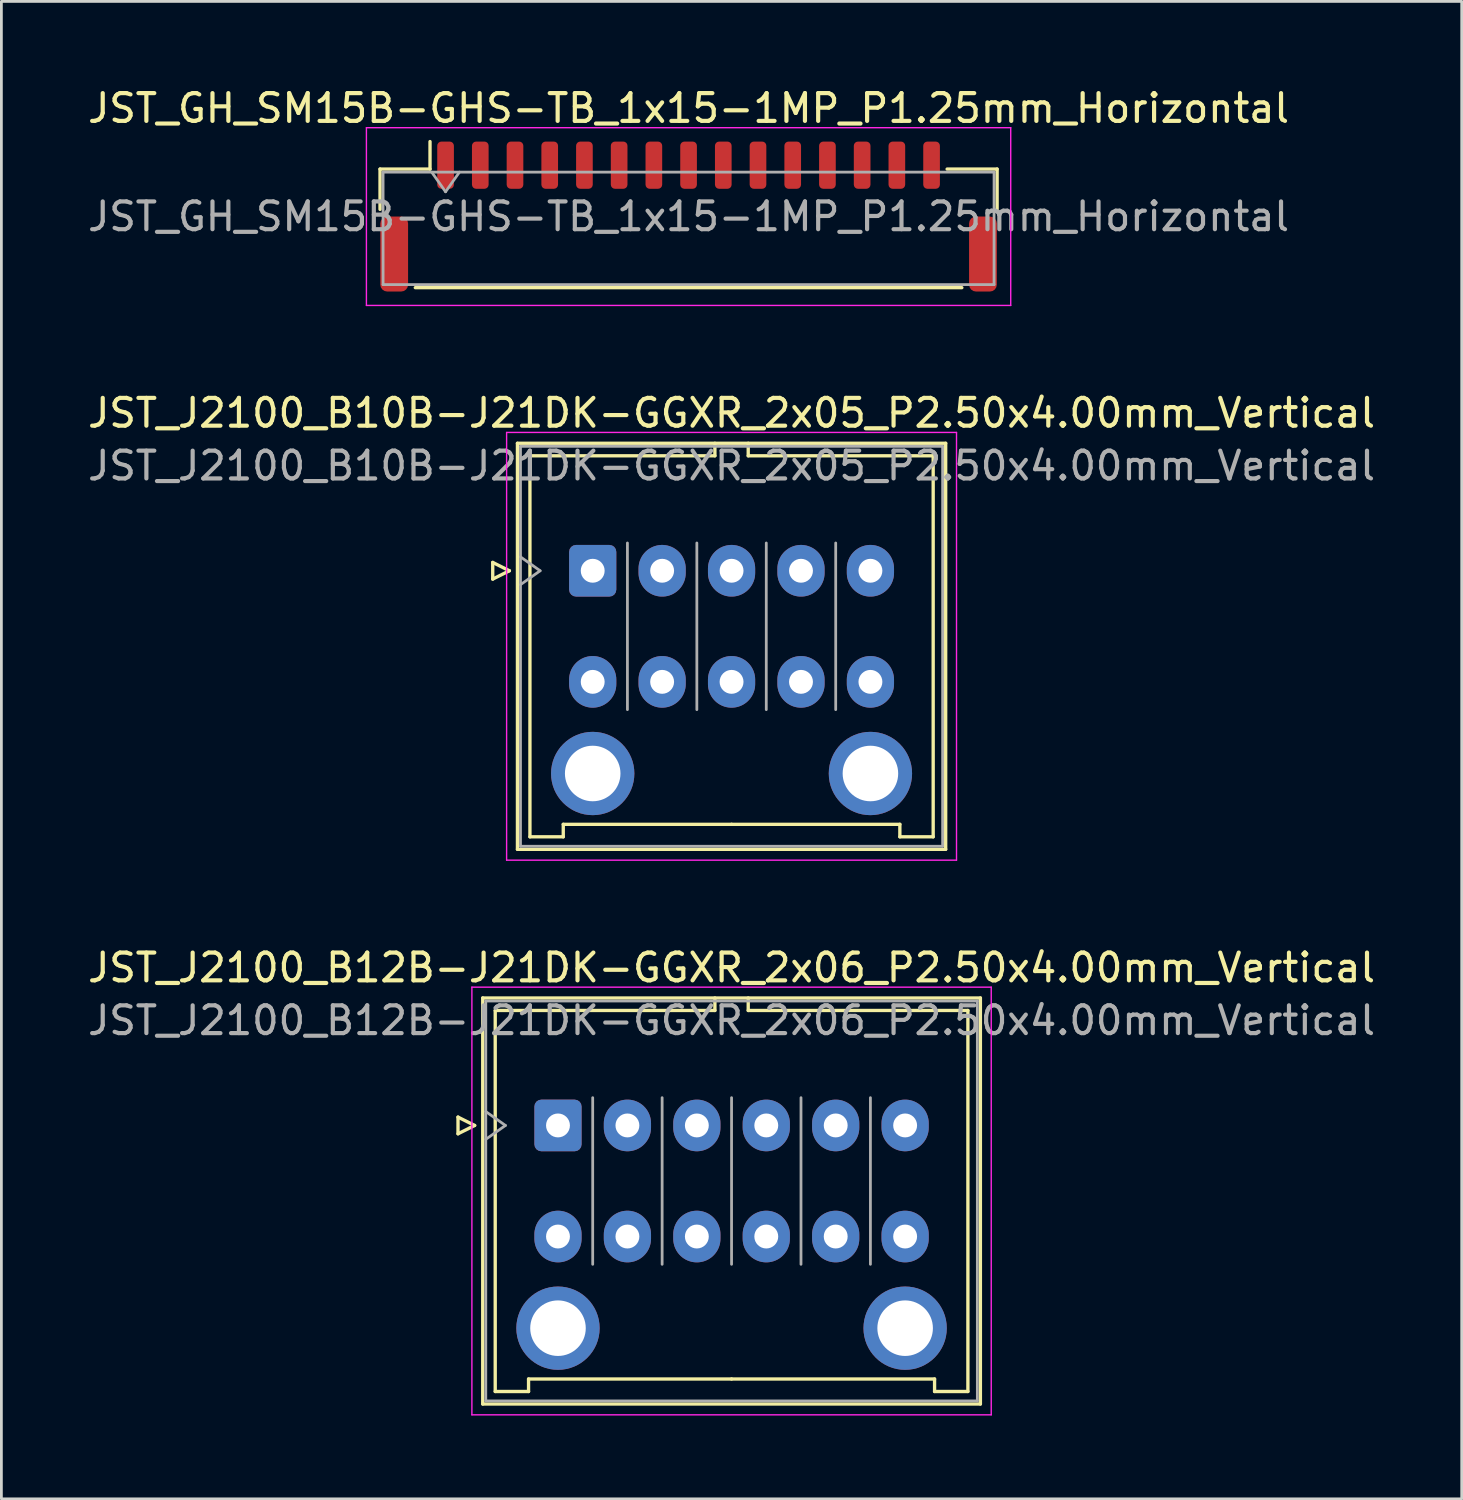
<source format=kicad_pcb>
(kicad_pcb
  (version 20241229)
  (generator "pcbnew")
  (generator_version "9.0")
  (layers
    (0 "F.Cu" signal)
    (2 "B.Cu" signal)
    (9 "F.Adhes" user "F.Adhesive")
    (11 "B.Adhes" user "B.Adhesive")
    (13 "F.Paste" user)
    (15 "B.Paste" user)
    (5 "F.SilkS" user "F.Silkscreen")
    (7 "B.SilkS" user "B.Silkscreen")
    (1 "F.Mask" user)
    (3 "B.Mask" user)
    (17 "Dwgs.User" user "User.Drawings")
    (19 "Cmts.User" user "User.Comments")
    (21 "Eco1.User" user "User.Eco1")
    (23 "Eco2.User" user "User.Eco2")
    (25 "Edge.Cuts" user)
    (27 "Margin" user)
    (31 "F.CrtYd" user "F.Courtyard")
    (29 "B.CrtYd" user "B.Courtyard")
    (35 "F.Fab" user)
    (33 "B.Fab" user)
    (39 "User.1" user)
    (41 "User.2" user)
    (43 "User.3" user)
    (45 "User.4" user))
  (footprint "JST_J2100_B10B-J21DK-GGXR_2x05_P2.50x4.00mm_Vertical"
    (layer "F.Cu")
    (at 18.292 17.502)
    (property "Reference" "JST_J2100_B10B-J21DK-GGXR_2x05_P2.50x4.00mm_Vertical" (at 5 -5.68 0) (layer "F.SilkS") (effects (font (size 1 1) (thickness 0.15))))
    (attr through_hole)
    (fp_line (start -3.6 -0.3) (end -3 0) (stroke (width 0.12) (type solid)) (layer "F.SilkS"))
    (fp_line (start -3.6 0.3) (end -3.6 -0.3) (stroke (width 0.12) (type solid)) (layer "F.SilkS"))
    (fp_line (start -3 0) (end -3.6 0.3) (stroke (width 0.12) (type solid)) (layer "F.SilkS"))
    (fp_line (start -2.71 -4.59) (end -2.71 10.03) (stroke (width 0.12) (type solid)) (layer "F.SilkS"))
    (fp_line (start -2.71 10.03) (end 12.71 10.03) (stroke (width 0.12) (type solid)) (layer "F.SilkS"))
    (fp_line (start -2.26 -4.14) (end -2.26 9.58) (stroke (width 0.12) (type solid)) (layer "F.SilkS"))
    (fp_line (start -2.26 9.58) (end -1.06 9.58) (stroke (width 0.12) (type solid)) (layer "F.SilkS"))
    (fp_line (start -1.06 9.13) (end 5 9.13) (stroke (width 0.12) (type solid)) (layer "F.SilkS"))
    (fp_line (start -1.06 9.58) (end -1.06 9.13) (stroke (width 0.12) (type solid)) (layer "F.SilkS"))
    (fp_line (start 4.4 -4.59) (end 4.4 -4.14) (stroke (width 0.12) (type solid)) (layer "F.SilkS"))
    (fp_line (start 4.4 -4.14) (end -2.26 -4.14) (stroke (width 0.12) (type solid)) (layer "F.SilkS"))
    (fp_line (start 5.6 -4.59) (end 5.6 -4.14) (stroke (width 0.12) (type solid)) (layer "F.SilkS"))
    (fp_line (start 5.6 -4.14) (end 12.26 -4.14) (stroke (width 0.12) (type solid)) (layer "F.SilkS"))
    (fp_line (start 11.06 9.13) (end 5 9.13) (stroke (width 0.12) (type solid)) (layer "F.SilkS"))
    (fp_line (start 11.06 9.58) (end 11.06 9.13) (stroke (width 0.12) (type solid)) (layer "F.SilkS"))
    (fp_line (start 12.26 -4.14) (end 12.26 9.58) (stroke (width 0.12) (type solid)) (layer "F.SilkS"))
    (fp_line (start 12.26 9.58) (end 11.06 9.58) (stroke (width 0.12) (type solid)) (layer "F.SilkS"))
    (fp_line (start 12.71 -4.59) (end -2.71 -4.59) (stroke (width 0.12) (type solid)) (layer "F.SilkS"))
    (fp_line (start 12.71 10.03) (end 12.71 -4.59) (stroke (width 0.12) (type solid)) (layer "F.SilkS"))
    (fp_line (start -3.1 -4.98) (end -3.1 10.42) (stroke (width 0.05) (type solid)) (layer "F.CrtYd"))
    (fp_line (start -3.1 10.42) (end 13.1 10.42) (stroke (width 0.05) (type solid)) (layer "F.CrtYd"))
    (fp_line (start 13.1 -4.98) (end -3.1 -4.98) (stroke (width 0.05) (type solid)) (layer "F.CrtYd"))
    (fp_line (start 13.1 10.42) (end 13.1 -4.98) (stroke (width 0.05) (type solid)) (layer "F.CrtYd"))
    (fp_line (start -2.6 -4.48) (end -2.6 9.92) (stroke (width 0.1) (type solid)) (layer "F.Fab"))
    (fp_line (start -2.6 0.5) (end -1.893 0) (stroke (width 0.1) (type solid)) (layer "F.Fab"))
    (fp_line (start -2.6 9.92) (end 12.6 9.92) (stroke (width 0.1) (type solid)) (layer "F.Fab"))
    (fp_line (start -1.893 0) (end -2.6 -0.5) (stroke (width 0.1) (type solid)) (layer "F.Fab"))
    (fp_line (start 1.25 5) (end 1.25 -1) (stroke (width 0.1) (type solid)) (layer "F.Fab"))
    (fp_line (start 3.75 5) (end 3.75 -1) (stroke (width 0.1) (type solid)) (layer "F.Fab"))
    (fp_line (start 6.25 5) (end 6.25 -1) (stroke (width 0.1) (type solid)) (layer "F.Fab"))
    (fp_line (start 8.75 5) (end 8.75 -1) (stroke (width 0.1) (type solid)) (layer "F.Fab"))
    (fp_line (start 12.6 -4.48) (end -2.6 -4.48) (stroke (width 0.1) (type solid)) (layer "F.Fab"))
    (fp_line (start 12.6 9.92) (end 12.6 -4.48) (stroke (width 0.1) (type solid)) (layer "F.Fab"))
    (fp_text user "${REFERENCE}" (at 5 -3.78 0) (layer "F.Fab") (effects (font (size 1 1) (thickness 0.15))))
    (pad "" thru_hole circle (at 0 7.3) (size 3 3) (drill 2) (layers "*.Cu" "*.Mask"))
    (pad "" thru_hole circle (at 10 7.3) (size 3 3) (drill 2) (layers "*.Cu" "*.Mask"))
    (pad "1" thru_hole roundrect (at 0 0) (size 1.7 1.86) (drill 0.86) (layers "*.Cu" "*.Mask") (roundrect_rratio 0.147))
    (pad "2" thru_hole oval (at 2.5 0) (size 1.7 1.86) (drill 0.86) (layers "*.Cu" "*.Mask"))
    (pad "3" thru_hole oval (at 5 0) (size 1.7 1.86) (drill 0.86) (layers "*.Cu" "*.Mask"))
    (pad "4" thru_hole oval (at 7.5 0) (size 1.7 1.86) (drill 0.86) (layers "*.Cu" "*.Mask"))
    (pad "5" thru_hole oval (at 10 0) (size 1.7 1.86) (drill 0.86) (layers "*.Cu" "*.Mask"))
    (pad "6" thru_hole oval (at 0 4) (size 1.7 1.86) (drill 0.86) (layers "*.Cu" "*.Mask"))
    (pad "7" thru_hole oval (at 2.5 4) (size 1.7 1.86) (drill 0.86) (layers "*.Cu" "*.Mask"))
    (pad "8" thru_hole oval (at 5 4) (size 1.7 1.86) (drill 0.86) (layers "*.Cu" "*.Mask"))
    (pad "9" thru_hole oval (at 7.5 4) (size 1.7 1.86) (drill 0.86) (layers "*.Cu" "*.Mask"))
    (pad "10" thru_hole oval (at 10 4) (size 1.7 1.86) (drill 0.86) (layers "*.Cu" "*.Mask")))
  (footprint "JST_GH_SM15B-GHS-TB_1x15-1MP_P1.25mm_Horizontal"
    (layer "F.Cu")
    (at 21.744 4.748)
    (property "Reference" "JST_GH_SM15B-GHS-TB_1x15-1MP_P1.25mm_Horizontal" (at 0 -3.9 0) (layer "F.SilkS") (effects (font (size 1 1) (thickness 0.15))))
    (attr smd)
    (fp_line (start -11.11 -1.71) (end -9.31 -1.71) (stroke (width 0.12) (type solid)) (layer "F.SilkS"))
    (fp_line (start -11.11 -0.26) (end -11.11 -1.71) (stroke (width 0.12) (type solid)) (layer "F.SilkS"))
    (fp_line (start -9.84 2.56) (end 9.84 2.56) (stroke (width 0.12) (type solid)) (layer "F.SilkS"))
    (fp_line (start -9.31 -1.71) (end -9.31 -2.7) (stroke (width 0.12) (type solid)) (layer "F.SilkS"))
    (fp_line (start 11.11 -1.71) (end 9.31 -1.71) (stroke (width 0.12) (type solid)) (layer "F.SilkS"))
    (fp_line (start 11.11 -0.26) (end 11.11 -1.71) (stroke (width 0.12) (type solid)) (layer "F.SilkS"))
    (fp_line (start -11.6 -3.2) (end -11.6 3.2) (stroke (width 0.05) (type solid)) (layer "F.CrtYd"))
    (fp_line (start -11.6 3.2) (end 11.6 3.2) (stroke (width 0.05) (type solid)) (layer "F.CrtYd"))
    (fp_line (start 11.6 -3.2) (end -11.6 -3.2) (stroke (width 0.05) (type solid)) (layer "F.CrtYd"))
    (fp_line (start 11.6 3.2) (end 11.6 -3.2) (stroke (width 0.05) (type solid)) (layer "F.CrtYd"))
    (fp_line (start -11 -1.6) (end -11 2.45) (stroke (width 0.1) (type solid)) (layer "F.Fab"))
    (fp_line (start -11 -1.6) (end 11 -1.6) (stroke (width 0.1) (type solid)) (layer "F.Fab"))
    (fp_line (start -11 2.45) (end 11 2.45) (stroke (width 0.1) (type solid)) (layer "F.Fab"))
    (fp_line (start -9.25 -1.6) (end -8.75 -0.893) (stroke (width 0.1) (type solid)) (layer "F.Fab"))
    (fp_line (start -8.75 -0.893) (end -8.25 -1.6) (stroke (width 0.1) (type solid)) (layer "F.Fab"))
    (fp_line (start 11 -1.6) (end 11 2.45) (stroke (width 0.1) (type solid)) (layer "F.Fab"))
    (fp_text user "${REFERENCE}" (at 0 0 0) (layer "F.Fab") (effects (font (size 1 1) (thickness 0.15))))
    (pad "1" smd roundrect (at -8.75 -1.85) (size 0.6 1.7) (layers "F.Cu" "F.Mask" "F.Paste") (roundrect_rratio 0.25))
    (pad "2" smd roundrect (at -7.5 -1.85) (size 0.6 1.7) (layers "F.Cu" "F.Mask" "F.Paste") (roundrect_rratio 0.25))
    (pad "3" smd roundrect (at -6.25 -1.85) (size 0.6 1.7) (layers "F.Cu" "F.Mask" "F.Paste") (roundrect_rratio 0.25))
    (pad "4" smd roundrect (at -5 -1.85) (size 0.6 1.7) (layers "F.Cu" "F.Mask" "F.Paste") (roundrect_rratio 0.25))
    (pad "5" smd roundrect (at -3.75 -1.85) (size 0.6 1.7) (layers "F.Cu" "F.Mask" "F.Paste") (roundrect_rratio 0.25))
    (pad "6" smd roundrect (at -2.5 -1.85) (size 0.6 1.7) (layers "F.Cu" "F.Mask" "F.Paste") (roundrect_rratio 0.25))
    (pad "7" smd roundrect (at -1.25 -1.85) (size 0.6 1.7) (layers "F.Cu" "F.Mask" "F.Paste") (roundrect_rratio 0.25))
    (pad "8" smd roundrect (at 0 -1.85) (size 0.6 1.7) (layers "F.Cu" "F.Mask" "F.Paste") (roundrect_rratio 0.25))
    (pad "9" smd roundrect (at 1.25 -1.85) (size 0.6 1.7) (layers "F.Cu" "F.Mask" "F.Paste") (roundrect_rratio 0.25))
    (pad "10" smd roundrect (at 2.5 -1.85) (size 0.6 1.7) (layers "F.Cu" "F.Mask" "F.Paste") (roundrect_rratio 0.25))
    (pad "11" smd roundrect (at 3.75 -1.85) (size 0.6 1.7) (layers "F.Cu" "F.Mask" "F.Paste") (roundrect_rratio 0.25))
    (pad "12" smd roundrect (at 5 -1.85) (size 0.6 1.7) (layers "F.Cu" "F.Mask" "F.Paste") (roundrect_rratio 0.25))
    (pad "13" smd roundrect (at 6.25 -1.85) (size 0.6 1.7) (layers "F.Cu" "F.Mask" "F.Paste") (roundrect_rratio 0.25))
    (pad "14" smd roundrect (at 7.5 -1.85) (size 0.6 1.7) (layers "F.Cu" "F.Mask" "F.Paste") (roundrect_rratio 0.25))
    (pad "15" smd roundrect (at 8.75 -1.85) (size 0.6 1.7) (layers "F.Cu" "F.Mask" "F.Paste") (roundrect_rratio 0.25))
    (pad "MP" smd roundrect (at -10.6 1.35) (size 1 2.7) (layers "F.Cu" "F.Mask" "F.Paste") (roundrect_rratio 0.25))
    (pad "MP" smd roundrect (at 10.6 1.35) (size 1 2.7) (layers "F.Cu" "F.Mask" "F.Paste") (roundrect_rratio 0.25)))
  (footprint "JST_J2100_B12B-J21DK-GGXR_2x06_P2.50x4.00mm_Vertical"
    (layer "F.Cu")
    (at 17.042 37.475)
    (property "Reference" "JST_J2100_B12B-J21DK-GGXR_2x06_P2.50x4.00mm_Vertical" (at 6.25 -5.68 0) (layer "F.SilkS") (effects (font (size 1 1) (thickness 0.15))))
    (attr through_hole)
    (fp_line (start -3.6 -0.3) (end -3 0) (stroke (width 0.12) (type solid)) (layer "F.SilkS"))
    (fp_line (start -3.6 0.3) (end -3.6 -0.3) (stroke (width 0.12) (type solid)) (layer "F.SilkS"))
    (fp_line (start -3 0) (end -3.6 0.3) (stroke (width 0.12) (type solid)) (layer "F.SilkS"))
    (fp_line (start -2.71 -4.59) (end -2.71 10.03) (stroke (width 0.12) (type solid)) (layer "F.SilkS"))
    (fp_line (start -2.71 10.03) (end 15.21 10.03) (stroke (width 0.12) (type solid)) (layer "F.SilkS"))
    (fp_line (start -2.26 -4.14) (end -2.26 9.58) (stroke (width 0.12) (type solid)) (layer "F.SilkS"))
    (fp_line (start -2.26 9.58) (end -1.06 9.58) (stroke (width 0.12) (type solid)) (layer "F.SilkS"))
    (fp_line (start -1.06 9.13) (end 6.25 9.13) (stroke (width 0.12) (type solid)) (layer "F.SilkS"))
    (fp_line (start -1.06 9.58) (end -1.06 9.13) (stroke (width 0.12) (type solid)) (layer "F.SilkS"))
    (fp_line (start 5.65 -4.59) (end 5.65 -4.14) (stroke (width 0.12) (type solid)) (layer "F.SilkS"))
    (fp_line (start 5.65 -4.14) (end -2.26 -4.14) (stroke (width 0.12) (type solid)) (layer "F.SilkS"))
    (fp_line (start 6.85 -4.59) (end 6.85 -4.14) (stroke (width 0.12) (type solid)) (layer "F.SilkS"))
    (fp_line (start 6.85 -4.14) (end 14.76 -4.14) (stroke (width 0.12) (type solid)) (layer "F.SilkS"))
    (fp_line (start 13.56 9.13) (end 6.25 9.13) (stroke (width 0.12) (type solid)) (layer "F.SilkS"))
    (fp_line (start 13.56 9.58) (end 13.56 9.13) (stroke (width 0.12) (type solid)) (layer "F.SilkS"))
    (fp_line (start 14.76 -4.14) (end 14.76 9.58) (stroke (width 0.12) (type solid)) (layer "F.SilkS"))
    (fp_line (start 14.76 9.58) (end 13.56 9.58) (stroke (width 0.12) (type solid)) (layer "F.SilkS"))
    (fp_line (start 15.21 -4.59) (end -2.71 -4.59) (stroke (width 0.12) (type solid)) (layer "F.SilkS"))
    (fp_line (start 15.21 10.03) (end 15.21 -4.59) (stroke (width 0.12) (type solid)) (layer "F.SilkS"))
    (fp_line (start -3.1 -4.98) (end -3.1 10.42) (stroke (width 0.05) (type solid)) (layer "F.CrtYd"))
    (fp_line (start -3.1 10.42) (end 15.6 10.42) (stroke (width 0.05) (type solid)) (layer "F.CrtYd"))
    (fp_line (start 15.6 -4.98) (end -3.1 -4.98) (stroke (width 0.05) (type solid)) (layer "F.CrtYd"))
    (fp_line (start 15.6 10.42) (end 15.6 -4.98) (stroke (width 0.05) (type solid)) (layer "F.CrtYd"))
    (fp_line (start -2.6 -4.48) (end -2.6 9.92) (stroke (width 0.1) (type solid)) (layer "F.Fab"))
    (fp_line (start -2.6 0.5) (end -1.893 0) (stroke (width 0.1) (type solid)) (layer "F.Fab"))
    (fp_line (start -2.6 9.92) (end 15.1 9.92) (stroke (width 0.1) (type solid)) (layer "F.Fab"))
    (fp_line (start -1.893 0) (end -2.6 -0.5) (stroke (width 0.1) (type solid)) (layer "F.Fab"))
    (fp_line (start 1.25 5) (end 1.25 -1) (stroke (width 0.1) (type solid)) (layer "F.Fab"))
    (fp_line (start 3.75 5) (end 3.75 -1) (stroke (width 0.1) (type solid)) (layer "F.Fab"))
    (fp_line (start 6.25 5) (end 6.25 -1) (stroke (width 0.1) (type solid)) (layer "F.Fab"))
    (fp_line (start 8.75 5) (end 8.75 -1) (stroke (width 0.1) (type solid)) (layer "F.Fab"))
    (fp_line (start 11.25 5) (end 11.25 -1) (stroke (width 0.1) (type solid)) (layer "F.Fab"))
    (fp_line (start 15.1 -4.48) (end -2.6 -4.48) (stroke (width 0.1) (type solid)) (layer "F.Fab"))
    (fp_line (start 15.1 9.92) (end 15.1 -4.48) (stroke (width 0.1) (type solid)) (layer "F.Fab"))
    (fp_text user "${REFERENCE}" (at 6.25 -3.78 0) (layer "F.Fab") (effects (font (size 1 1) (thickness 0.15))))
    (pad "" thru_hole circle (at 0 7.3) (size 3 3) (drill 2) (layers "*.Cu" "*.Mask"))
    (pad "" thru_hole circle (at 12.5 7.3) (size 3 3) (drill 2) (layers "*.Cu" "*.Mask"))
    (pad "1" thru_hole roundrect (at 0 0) (size 1.7 1.86) (drill 0.86) (layers "*.Cu" "*.Mask") (roundrect_rratio 0.147))
    (pad "2" thru_hole oval (at 2.5 0) (size 1.7 1.86) (drill 0.86) (layers "*.Cu" "*.Mask"))
    (pad "3" thru_hole oval (at 5 0) (size 1.7 1.86) (drill 0.86) (layers "*.Cu" "*.Mask"))
    (pad "4" thru_hole oval (at 7.5 0) (size 1.7 1.86) (drill 0.86) (layers "*.Cu" "*.Mask"))
    (pad "5" thru_hole oval (at 10 0) (size 1.7 1.86) (drill 0.86) (layers "*.Cu" "*.Mask"))
    (pad "6" thru_hole oval (at 12.5 0) (size 1.7 1.86) (drill 0.86) (layers "*.Cu" "*.Mask"))
    (pad "7" thru_hole oval (at 0 4) (size 1.7 1.86) (drill 0.86) (layers "*.Cu" "*.Mask"))
    (pad "8" thru_hole oval (at 2.5 4) (size 1.7 1.86) (drill 0.86) (layers "*.Cu" "*.Mask"))
    (pad "9" thru_hole oval (at 5 4) (size 1.7 1.86) (drill 0.86) (layers "*.Cu" "*.Mask"))
    (pad "10" thru_hole oval (at 7.5 4) (size 1.7 1.86) (drill 0.86) (layers "*.Cu" "*.Mask"))
    (pad "11" thru_hole oval (at 10 4) (size 1.7 1.86) (drill 0.86) (layers "*.Cu" "*.Mask"))
    (pad "12" thru_hole oval (at 12.5 4) (size 1.7 1.86) (drill 0.86) (layers "*.Cu" "*.Mask")))
  (gr_rect
    (start -3 -3)
    (end 49.583 50.92)
    (stroke (width 0.1) (type default))
    (fill no)
    (layer "Edge.Cuts")))
</source>
